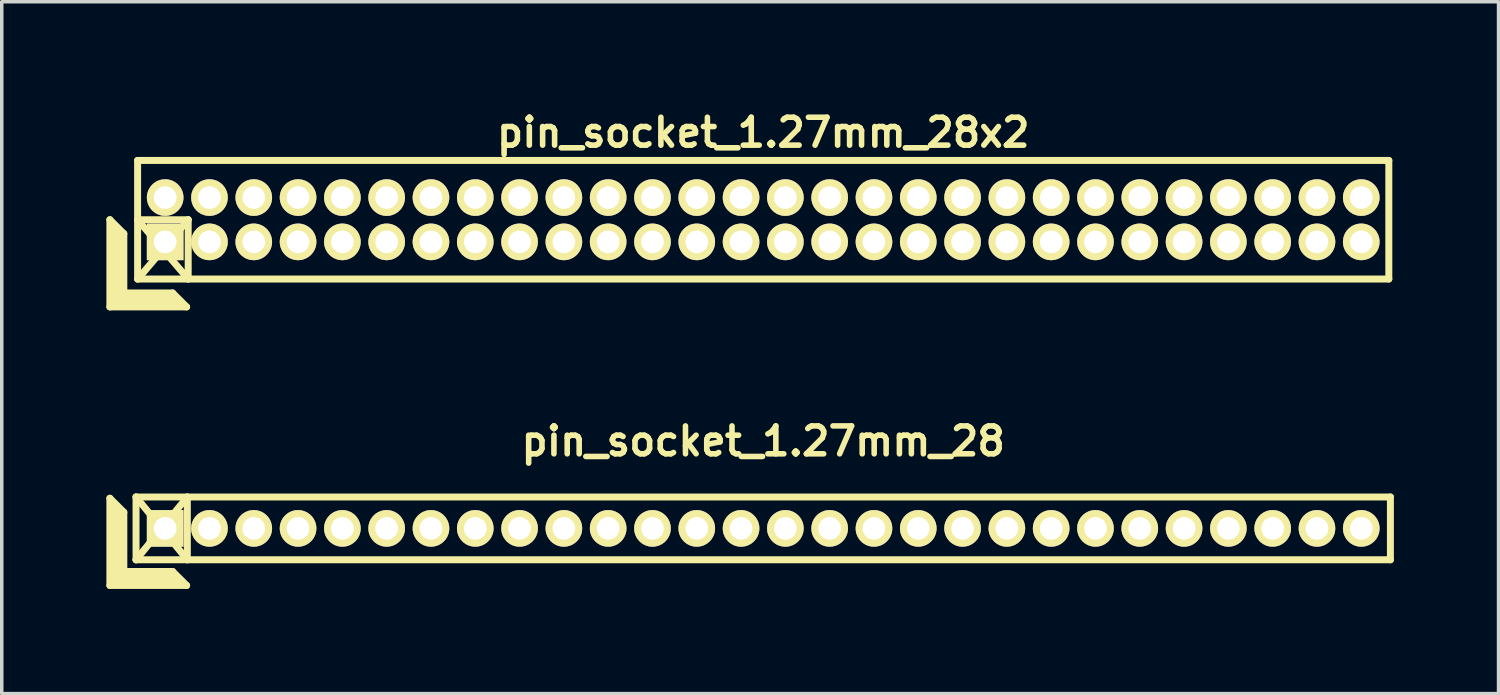
<source format=kicad_pcb>
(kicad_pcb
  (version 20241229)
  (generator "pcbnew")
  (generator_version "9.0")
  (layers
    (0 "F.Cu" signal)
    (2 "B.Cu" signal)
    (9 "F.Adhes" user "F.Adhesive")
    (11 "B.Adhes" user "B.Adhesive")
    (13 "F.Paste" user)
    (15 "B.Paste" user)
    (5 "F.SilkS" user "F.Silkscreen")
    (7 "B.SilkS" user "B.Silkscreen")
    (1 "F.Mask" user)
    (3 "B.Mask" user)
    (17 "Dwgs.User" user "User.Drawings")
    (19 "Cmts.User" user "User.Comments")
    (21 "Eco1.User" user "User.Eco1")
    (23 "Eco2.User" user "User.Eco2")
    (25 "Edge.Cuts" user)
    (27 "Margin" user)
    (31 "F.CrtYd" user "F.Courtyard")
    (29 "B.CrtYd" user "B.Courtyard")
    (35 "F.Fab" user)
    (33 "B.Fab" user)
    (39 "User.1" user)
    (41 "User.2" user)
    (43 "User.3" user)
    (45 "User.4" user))
  (footprint "pin_socket_1.27mm_28"
    (layer "F.Cu")
    (at 18.83 12.098)
    (property "Reference" "pin_socket_1.27mm_28" (at 0 -2.5 0) (layer "F.SilkS") (effects (font (size 0.8 0.8) (thickness 0.16))))
    (attr through_hole)
    (fp_line (start -18.73 -0.864) (end -18.73 1.636) (stroke (width 0.2) (type solid)) (layer "F.SilkS"))
    (fp_line (start -18.73 -0.864) (end -18.33 -0.464) (stroke (width 0.2) (type solid)) (layer "F.SilkS"))
    (fp_line (start -18.73 1.636) (end -16.53 1.636) (stroke (width 0.2) (type solid)) (layer "F.SilkS"))
    (fp_line (start -18.63 1.536) (end -18.63 -0.664) (stroke (width 0.2) (type solid)) (layer "F.SilkS"))
    (fp_line (start -18.63 1.536) (end -16.73 1.536) (stroke (width 0.2) (type solid)) (layer "F.SilkS"))
    (fp_line (start -18.53 1.436) (end -18.53 -0.564) (stroke (width 0.2) (type solid)) (layer "F.SilkS"))
    (fp_line (start -18.53 1.436) (end -16.83 1.436) (stroke (width 0.2) (type solid)) (layer "F.SilkS"))
    (fp_line (start -18.43 1.336) (end -18.43 -0.464) (stroke (width 0.2) (type solid)) (layer "F.SilkS"))
    (fp_line (start -18.43 1.336) (end -16.93 1.336) (stroke (width 0.2) (type solid)) (layer "F.SilkS"))
    (fp_line (start -18.33 1.236) (end -18.33 -0.464) (stroke (width 0.2) (type solid)) (layer "F.SilkS"))
    (fp_line (start -18.33 1.236) (end -16.93 1.236) (stroke (width 0.2) (type solid)) (layer "F.SilkS"))
    (fp_line (start -17.98 -0.9) (end -16.51 0.9) (stroke (width 0.2) (type solid)) (layer "F.SilkS"))
    (fp_line (start -17.98 -0.9) (end 17.98 -0.9) (stroke (width 0.2) (type solid)) (layer "F.SilkS"))
    (fp_line (start -17.98 0.9) (end -17.98 -0.9) (stroke (width 0.2) (type solid)) (layer "F.SilkS"))
    (fp_line (start -17.98 0.9) (end -16.51 -0.9) (stroke (width 0.2) (type solid)) (layer "F.SilkS"))
    (fp_line (start -16.93 1.236) (end -16.53 1.636) (stroke (width 0.2) (type solid)) (layer "F.SilkS"))
    (fp_line (start -16.51 -0.9) (end -16.51 0.9) (stroke (width 0.2) (type solid)) (layer "F.SilkS"))
    (fp_line (start 17.98 -0.9) (end 17.98 0.9) (stroke (width 0.2) (type solid)) (layer "F.SilkS"))
    (fp_line (start 17.98 0.9) (end -17.98 0.9) (stroke (width 0.2) (type solid)) (layer "F.SilkS"))
    (pad "1" thru_hole rect (at -17.145 0) (size 1.05 1.05) (drill 0.65) (layers "*.Cu" "*.Mask" "F.SilkS"))
    (pad "2" thru_hole oval (at -15.875 0) (size 1.05 1.05) (drill 0.65) (layers "*.Cu" "*.Mask" "F.SilkS"))
    (pad "3" thru_hole oval (at -14.605 0) (size 1.05 1.05) (drill 0.65) (layers "*.Cu" "*.Mask" "F.SilkS"))
    (pad "4" thru_hole oval (at -13.335 0) (size 1.05 1.05) (drill 0.65) (layers "*.Cu" "*.Mask" "F.SilkS"))
    (pad "5" thru_hole oval (at -12.065 0) (size 1.05 1.05) (drill 0.65) (layers "*.Cu" "*.Mask" "F.SilkS"))
    (pad "6" thru_hole oval (at -10.795 0) (size 1.05 1.05) (drill 0.65) (layers "*.Cu" "*.Mask" "F.SilkS"))
    (pad "7" thru_hole oval (at -9.525 0) (size 1.05 1.05) (drill 0.65) (layers "*.Cu" "*.Mask" "F.SilkS"))
    (pad "8" thru_hole oval (at -8.255 0) (size 1.05 1.05) (drill 0.65) (layers "*.Cu" "*.Mask" "F.SilkS"))
    (pad "9" thru_hole oval (at -6.985 0) (size 1.05 1.05) (drill 0.65) (layers "*.Cu" "*.Mask" "F.SilkS"))
    (pad "10" thru_hole oval (at -5.715 0) (size 1.05 1.05) (drill 0.65) (layers "*.Cu" "*.Mask" "F.SilkS"))
    (pad "11" thru_hole oval (at -4.445 0) (size 1.05 1.05) (drill 0.65) (layers "*.Cu" "*.Mask" "F.SilkS"))
    (pad "12" thru_hole oval (at -3.175 0) (size 1.05 1.05) (drill 0.65) (layers "*.Cu" "*.Mask" "F.SilkS"))
    (pad "13" thru_hole oval (at -1.905 0) (size 1.05 1.05) (drill 0.65) (layers "*.Cu" "*.Mask" "F.SilkS"))
    (pad "14" thru_hole oval (at -0.635 0) (size 1.05 1.05) (drill 0.65) (layers "*.Cu" "*.Mask" "F.SilkS"))
    (pad "15" thru_hole oval (at 0.635 0) (size 1.05 1.05) (drill 0.65) (layers "*.Cu" "*.Mask" "F.SilkS"))
    (pad "16" thru_hole oval (at 1.905 0) (size 1.05 1.05) (drill 0.65) (layers "*.Cu" "*.Mask" "F.SilkS"))
    (pad "17" thru_hole oval (at 3.175 0) (size 1.05 1.05) (drill 0.65) (layers "*.Cu" "*.Mask" "F.SilkS"))
    (pad "18" thru_hole oval (at 4.445 0) (size 1.05 1.05) (drill 0.65) (layers "*.Cu" "*.Mask" "F.SilkS"))
    (pad "19" thru_hole oval (at 5.715 0) (size 1.05 1.05) (drill 0.65) (layers "*.Cu" "*.Mask" "F.SilkS"))
    (pad "20" thru_hole oval (at 6.985 0) (size 1.05 1.05) (drill 0.65) (layers "*.Cu" "*.Mask" "F.SilkS"))
    (pad "21" thru_hole oval (at 8.255 0) (size 1.05 1.05) (drill 0.65) (layers "*.Cu" "*.Mask" "F.SilkS"))
    (pad "22" thru_hole oval (at 9.525 0) (size 1.05 1.05) (drill 0.65) (layers "*.Cu" "*.Mask" "F.SilkS"))
    (pad "23" thru_hole oval (at 10.795 0) (size 1.05 1.05) (drill 0.65) (layers "*.Cu" "*.Mask" "F.SilkS"))
    (pad "24" thru_hole oval (at 12.065 0) (size 1.05 1.05) (drill 0.65) (layers "*.Cu" "*.Mask" "F.SilkS"))
    (pad "25" thru_hole oval (at 13.335 0) (size 1.05 1.05) (drill 0.65) (layers "*.Cu" "*.Mask" "F.SilkS"))
    (pad "26" thru_hole oval (at 14.605 0) (size 1.05 1.05) (drill 0.65) (layers "*.Cu" "*.Mask" "F.SilkS"))
    (pad "27" thru_hole oval (at 15.875 0) (size 1.05 1.05) (drill 0.65) (layers "*.Cu" "*.Mask" "F.SilkS"))
    (pad "28" thru_hole oval (at 17.145 0) (size 1.05 1.05) (drill 0.65) (layers "*.Cu" "*.Mask" "F.SilkS")))
  (footprint "pin_socket_1.27mm_28x2"
    (layer "F.Cu")
    (at 18.83 3.249)
    (property "Reference" "pin_socket_1.27mm_28x2" (at 0 -2.5 0) (layer "F.SilkS") (effects (font (size 0.8 0.8) (thickness 0.16))))
    (attr through_hole)
    (fp_line (start -18.73 0) (end -18.73 2.5) (stroke (width 0.2) (type solid)) (layer "F.SilkS"))
    (fp_line (start -18.73 0) (end -18.33 0.4) (stroke (width 0.2) (type solid)) (layer "F.SilkS"))
    (fp_line (start -18.73 2.5) (end -16.53 2.5) (stroke (width 0.2) (type solid)) (layer "F.SilkS"))
    (fp_line (start -18.63 2.4) (end -18.63 0.2) (stroke (width 0.2) (type solid)) (layer "F.SilkS"))
    (fp_line (start -18.63 2.4) (end -16.73 2.4) (stroke (width 0.2) (type solid)) (layer "F.SilkS"))
    (fp_line (start -18.53 2.3) (end -18.53 0.3) (stroke (width 0.2) (type solid)) (layer "F.SilkS"))
    (fp_line (start -18.53 2.3) (end -16.83 2.3) (stroke (width 0.2) (type solid)) (layer "F.SilkS"))
    (fp_line (start -18.43 2.2) (end -18.43 0.4) (stroke (width 0.2) (type solid)) (layer "F.SilkS"))
    (fp_line (start -18.43 2.2) (end -16.93 2.2) (stroke (width 0.2) (type solid)) (layer "F.SilkS"))
    (fp_line (start -18.33 2.1) (end -18.33 0.4) (stroke (width 0.2) (type solid)) (layer "F.SilkS"))
    (fp_line (start -18.33 2.1) (end -16.93 2.1) (stroke (width 0.2) (type solid)) (layer "F.SilkS"))
    (fp_line (start -17.935 -1.7) (end 17.935 -1.7) (stroke (width 0.2) (type solid)) (layer "F.SilkS"))
    (fp_line (start -17.935 0) (end -16.485 0) (stroke (width 0.2) (type solid)) (layer "F.SilkS"))
    (fp_line (start -17.935 0) (end -16.485 1.7) (stroke (width 0.2) (type solid)) (layer "F.SilkS"))
    (fp_line (start -17.935 1.7) (end -17.935 -1.7) (stroke (width 0.2) (type solid)) (layer "F.SilkS"))
    (fp_line (start -16.93 2.1) (end -16.53 2.5) (stroke (width 0.2) (type solid)) (layer "F.SilkS"))
    (fp_line (start -16.485 0) (end -17.93 1.7) (stroke (width 0.2) (type solid)) (layer "F.SilkS"))
    (fp_line (start -16.485 0) (end -16.485 1.7) (stroke (width 0.2) (type solid)) (layer "F.SilkS"))
    (fp_line (start 17.935 -1.7) (end 17.935 1.7) (stroke (width 0.2) (type solid)) (layer "F.SilkS"))
    (fp_line (start 17.935 1.7) (end -17.935 1.7) (stroke (width 0.2) (type solid)) (layer "F.SilkS"))
    (pad "1" thru_hole rect (at -17.145 0.635) (size 1.05 1.05) (drill 0.65) (layers "*.Cu" "*.Mask" "F.SilkS"))
    (pad "2" thru_hole oval (at -17.145 -0.635) (size 1.05 1.05) (drill 0.65) (layers "*.Cu" "*.Mask" "F.SilkS"))
    (pad "3" thru_hole oval (at -15.875 0.635) (size 1.05 1.05) (drill 0.65) (layers "*.Cu" "*.Mask" "F.SilkS"))
    (pad "4" thru_hole oval (at -15.875 -0.635) (size 1.05 1.05) (drill 0.65) (layers "*.Cu" "*.Mask" "F.SilkS"))
    (pad "5" thru_hole oval (at -14.605 0.635) (size 1.05 1.05) (drill 0.65) (layers "*.Cu" "*.Mask" "F.SilkS"))
    (pad "6" thru_hole oval (at -14.605 -0.635) (size 1.05 1.05) (drill 0.65) (layers "*.Cu" "*.Mask" "F.SilkS"))
    (pad "7" thru_hole oval (at -13.335 0.635) (size 1.05 1.05) (drill 0.65) (layers "*.Cu" "*.Mask" "F.SilkS"))
    (pad "8" thru_hole oval (at -13.335 -0.635) (size 1.05 1.05) (drill 0.65) (layers "*.Cu" "*.Mask" "F.SilkS"))
    (pad "9" thru_hole oval (at -12.065 0.635) (size 1.05 1.05) (drill 0.65) (layers "*.Cu" "*.Mask" "F.SilkS"))
    (pad "10" thru_hole oval (at -12.065 -0.635) (size 1.05 1.05) (drill 0.65) (layers "*.Cu" "*.Mask" "F.SilkS"))
    (pad "11" thru_hole oval (at -10.795 0.635) (size 1.05 1.05) (drill 0.65) (layers "*.Cu" "*.Mask" "F.SilkS"))
    (pad "12" thru_hole oval (at -10.795 -0.635) (size 1.05 1.05) (drill 0.65) (layers "*.Cu" "*.Mask" "F.SilkS"))
    (pad "13" thru_hole oval (at -9.525 0.635) (size 1.05 1.05) (drill 0.65) (layers "*.Cu" "*.Mask" "F.SilkS"))
    (pad "14" thru_hole oval (at -9.525 -0.635) (size 1.05 1.05) (drill 0.65) (layers "*.Cu" "*.Mask" "F.SilkS"))
    (pad "15" thru_hole oval (at -8.255 0.635) (size 1.05 1.05) (drill 0.65) (layers "*.Cu" "*.Mask" "F.SilkS"))
    (pad "16" thru_hole oval (at -8.255 -0.635) (size 1.05 1.05) (drill 0.65) (layers "*.Cu" "*.Mask" "F.SilkS"))
    (pad "17" thru_hole oval (at -6.985 0.635) (size 1.05 1.05) (drill 0.65) (layers "*.Cu" "*.Mask" "F.SilkS"))
    (pad "18" thru_hole oval (at -6.985 -0.635) (size 1.05 1.05) (drill 0.65) (layers "*.Cu" "*.Mask" "F.SilkS"))
    (pad "19" thru_hole oval (at -5.715 0.635) (size 1.05 1.05) (drill 0.65) (layers "*.Cu" "*.Mask" "F.SilkS"))
    (pad "20" thru_hole oval (at -5.715 -0.635) (size 1.05 1.05) (drill 0.65) (layers "*.Cu" "*.Mask" "F.SilkS"))
    (pad "21" thru_hole oval (at -4.445 0.635) (size 1.05 1.05) (drill 0.65) (layers "*.Cu" "*.Mask" "F.SilkS"))
    (pad "22" thru_hole oval (at -4.445 -0.635) (size 1.05 1.05) (drill 0.65) (layers "*.Cu" "*.Mask" "F.SilkS"))
    (pad "23" thru_hole oval (at -3.175 0.635) (size 1.05 1.05) (drill 0.65) (layers "*.Cu" "*.Mask" "F.SilkS"))
    (pad "24" thru_hole oval (at -3.175 -0.635) (size 1.05 1.05) (drill 0.65) (layers "*.Cu" "*.Mask" "F.SilkS"))
    (pad "25" thru_hole oval (at -1.905 0.635) (size 1.05 1.05) (drill 0.65) (layers "*.Cu" "*.Mask" "F.SilkS"))
    (pad "26" thru_hole oval (at -1.905 -0.635) (size 1.05 1.05) (drill 0.65) (layers "*.Cu" "*.Mask" "F.SilkS"))
    (pad "27" thru_hole oval (at -0.635 0.635) (size 1.05 1.05) (drill 0.65) (layers "*.Cu" "*.Mask" "F.SilkS"))
    (pad "28" thru_hole oval (at -0.635 -0.635) (size 1.05 1.05) (drill 0.65) (layers "*.Cu" "*.Mask" "F.SilkS"))
    (pad "29" thru_hole oval (at 0.635 0.635) (size 1.05 1.05) (drill 0.65) (layers "*.Cu" "*.Mask" "F.SilkS"))
    (pad "30" thru_hole oval (at 0.635 -0.635) (size 1.05 1.05) (drill 0.65) (layers "*.Cu" "*.Mask" "F.SilkS"))
    (pad "31" thru_hole oval (at 1.905 0.635) (size 1.05 1.05) (drill 0.65) (layers "*.Cu" "*.Mask" "F.SilkS"))
    (pad "32" thru_hole oval (at 1.905 -0.635) (size 1.05 1.05) (drill 0.65) (layers "*.Cu" "*.Mask" "F.SilkS"))
    (pad "33" thru_hole oval (at 3.175 0.635) (size 1.05 1.05) (drill 0.65) (layers "*.Cu" "*.Mask" "F.SilkS"))
    (pad "34" thru_hole oval (at 3.175 -0.635) (size 1.05 1.05) (drill 0.65) (layers "*.Cu" "*.Mask" "F.SilkS"))
    (pad "35" thru_hole oval (at 4.445 0.635) (size 1.05 1.05) (drill 0.65) (layers "*.Cu" "*.Mask" "F.SilkS"))
    (pad "36" thru_hole oval (at 4.445 -0.635) (size 1.05 1.05) (drill 0.65) (layers "*.Cu" "*.Mask" "F.SilkS"))
    (pad "37" thru_hole oval (at 5.715 0.635) (size 1.05 1.05) (drill 0.65) (layers "*.Cu" "*.Mask" "F.SilkS"))
    (pad "38" thru_hole oval (at 5.715 -0.635) (size 1.05 1.05) (drill 0.65) (layers "*.Cu" "*.Mask" "F.SilkS"))
    (pad "39" thru_hole oval (at 6.985 0.635) (size 1.05 1.05) (drill 0.65) (layers "*.Cu" "*.Mask" "F.SilkS"))
    (pad "40" thru_hole oval (at 6.985 -0.635) (size 1.05 1.05) (drill 0.65) (layers "*.Cu" "*.Mask" "F.SilkS"))
    (pad "41" thru_hole oval (at 8.255 0.635) (size 1.05 1.05) (drill 0.65) (layers "*.Cu" "*.Mask" "F.SilkS"))
    (pad "42" thru_hole oval (at 8.255 -0.635) (size 1.05 1.05) (drill 0.65) (layers "*.Cu" "*.Mask" "F.SilkS"))
    (pad "43" thru_hole oval (at 9.525 0.635) (size 1.05 1.05) (drill 0.65) (layers "*.Cu" "*.Mask" "F.SilkS"))
    (pad "44" thru_hole oval (at 9.525 -0.635) (size 1.05 1.05) (drill 0.65) (layers "*.Cu" "*.Mask" "F.SilkS"))
    (pad "45" thru_hole oval (at 10.795 0.635) (size 1.05 1.05) (drill 0.65) (layers "*.Cu" "*.Mask" "F.SilkS"))
    (pad "46" thru_hole oval (at 10.795 -0.635) (size 1.05 1.05) (drill 0.65) (layers "*.Cu" "*.Mask" "F.SilkS"))
    (pad "47" thru_hole oval (at 12.065 0.635) (size 1.05 1.05) (drill 0.65) (layers "*.Cu" "*.Mask" "F.SilkS"))
    (pad "48" thru_hole oval (at 12.065 -0.635) (size 1.05 1.05) (drill 0.65) (layers "*.Cu" "*.Mask" "F.SilkS"))
    (pad "49" thru_hole oval (at 13.335 0.635) (size 1.05 1.05) (drill 0.65) (layers "*.Cu" "*.Mask" "F.SilkS"))
    (pad "50" thru_hole oval (at 13.335 -0.635) (size 1.05 1.05) (drill 0.65) (layers "*.Cu" "*.Mask" "F.SilkS"))
    (pad "51" thru_hole circle (at 14.605 0.635) (size 1.05 1.05) (drill 0.65) (layers "*.Cu" "*.Mask" "F.SilkS"))
    (pad "52" thru_hole oval (at 14.605 -0.635) (size 1.05 1.05) (drill 0.65) (layers "*.Cu" "*.Mask" "F.SilkS"))
    (pad "53" thru_hole oval (at 15.875 0.635) (size 1.05 1.05) (drill 0.65) (layers "*.Cu" "*.Mask" "F.SilkS"))
    (pad "54" thru_hole oval (at 15.875 -0.635) (size 1.05 1.05) (drill 0.65) (layers "*.Cu" "*.Mask" "F.SilkS"))
    (pad "55" thru_hole oval (at 17.145 0.635) (size 1.05 1.05) (drill 0.65) (layers "*.Cu" "*.Mask" "F.SilkS"))
    (pad "56" thru_hole oval (at 17.145 -0.635) (size 1.05 1.05) (drill 0.65) (layers "*.Cu" "*.Mask" "F.SilkS")))
  (gr_rect
    (start -3 -3)
    (end 39.91 16.834)
    (stroke (width 0.1) (type default))
    (fill no)
    (layer "Edge.Cuts")))
</source>
